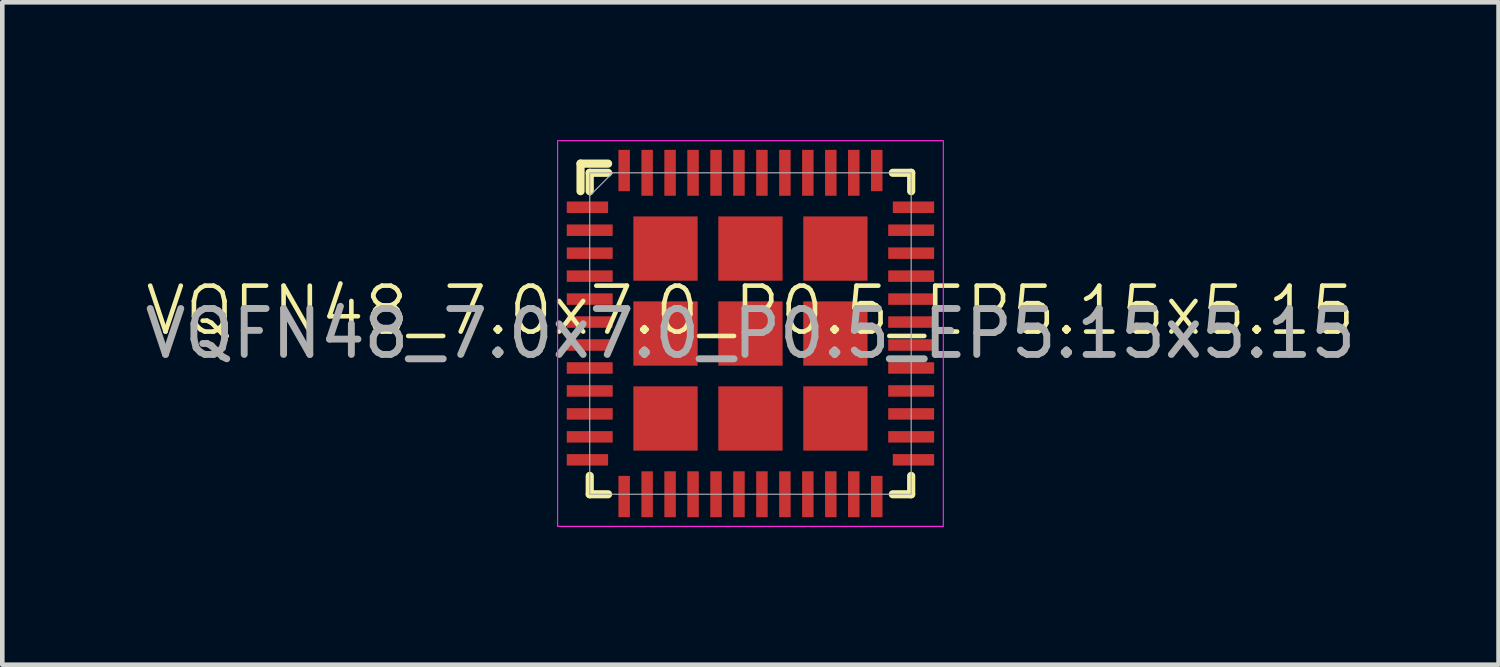
<source format=kicad_pcb>
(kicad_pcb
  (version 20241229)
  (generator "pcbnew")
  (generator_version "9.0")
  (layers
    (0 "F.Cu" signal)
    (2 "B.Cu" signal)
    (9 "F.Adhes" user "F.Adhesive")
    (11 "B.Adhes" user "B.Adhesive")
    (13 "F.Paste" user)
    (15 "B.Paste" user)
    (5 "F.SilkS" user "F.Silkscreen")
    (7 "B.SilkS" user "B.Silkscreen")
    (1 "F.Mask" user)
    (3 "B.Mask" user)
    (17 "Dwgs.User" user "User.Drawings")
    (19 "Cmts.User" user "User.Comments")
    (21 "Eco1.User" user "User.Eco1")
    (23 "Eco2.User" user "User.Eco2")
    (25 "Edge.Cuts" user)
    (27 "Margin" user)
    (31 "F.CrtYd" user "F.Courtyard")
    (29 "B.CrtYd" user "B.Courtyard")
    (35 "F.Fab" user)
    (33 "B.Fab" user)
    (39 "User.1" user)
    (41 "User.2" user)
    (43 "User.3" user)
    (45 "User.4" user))
  (footprint "VQFN48_7.0x7.0_P0.5_EP5.15x5.15"
    (layer "F.Cu")
    (at 13.292 4.213)
    (property "Reference" "VQFN48_7.0x7.0_P0.5_EP5.15x5.15" (at 0 -0.5 0) (unlocked yes) (layer "F.SilkS") (effects (font (size 1 1) (thickness 0.1))))
    (attr smd)
    (fp_line (start -3.7 -3.7) (end -3.1 -3.7) (stroke (width 0.178) (type default)) (layer "F.SilkS"))
    (fp_line (start -3.7 -3.1) (end -3.7 -3.7) (stroke (width 0.178) (type default)) (layer "F.SilkS"))
    (fp_line (start -3.5 -3.1) (end -3.5 -3.5) (stroke (width 0.178) (type default)) (layer "F.SilkS"))
    (fp_line (start -3.5 3.1) (end -3.5 3.5) (stroke (width 0.178) (type default)) (layer "F.SilkS"))
    (fp_line (start -3.1 -3.5) (end -3.5 -3.5) (stroke (width 0.178) (type default)) (layer "F.SilkS"))
    (fp_line (start -3.1 3.5) (end -3.5 3.5) (stroke (width 0.178) (type default)) (layer "F.SilkS"))
    (fp_line (start 3.1 -3.5) (end 3.5 -3.5) (stroke (width 0.178) (type default)) (layer "F.SilkS"))
    (fp_line (start 3.1 3.5) (end 3.5 3.5) (stroke (width 0.178) (type default)) (layer "F.SilkS"))
    (fp_line (start 3.5 -3.1) (end 3.5 -3.5) (stroke (width 0.178) (type default)) (layer "F.SilkS"))
    (fp_line (start 3.5 3.1) (end 3.5 3.5) (stroke (width 0.178) (type default)) (layer "F.SilkS"))
    (fp_rect (start -4.2 -4.2) (end 4.2 4.2) (stroke (width 0.025) (type default)) (fill no) (layer "F.CrtYd"))
    (fp_line (start -3.5 -3) (end -3 -3.5) (stroke (width 0.025) (type default)) (layer "F.Fab"))
    (fp_rect (start -3.5 -3.5) (end 3.5 3.5) (stroke (width 0.025) (type default)) (fill no) (layer "F.Fab"))
    (fp_text user "${REFERENCE}" (at 0 0 0) (unlocked yes) (layer "F.Fab") (effects (font (size 1 1) (thickness 0.15))))
    (pad "1" smd rect (at -3.55 -2.75) (size 0.9 0.25) (layers "F.Cu" "F.Mask" "F.Paste"))
    (pad "2" smd rect (at -3.5 -2.25) (size 1 0.25) (layers "F.Cu" "F.Mask" "F.Paste"))
    (pad "3" smd rect (at -3.5 -1.75) (size 1 0.25) (layers "F.Cu" "F.Mask" "F.Paste"))
    (pad "4" smd rect (at -3.5 -1.25) (size 1 0.25) (layers "F.Cu" "F.Mask" "F.Paste"))
    (pad "5" smd rect (at -3.5 -0.75) (size 1 0.25) (layers "F.Cu" "F.Mask" "F.Paste"))
    (pad "6" smd rect (at -3.5 -0.25) (size 1 0.25) (layers "F.Cu" "F.Mask" "F.Paste"))
    (pad "7" smd rect (at -3.5 0.25) (size 1 0.25) (layers "F.Cu" "F.Mask" "F.Paste"))
    (pad "8" smd rect (at -3.5 0.75) (size 1 0.25) (layers "F.Cu" "F.Mask" "F.Paste"))
    (pad "9" smd rect (at -3.5 1.25) (size 1 0.25) (layers "F.Cu" "F.Mask" "F.Paste"))
    (pad "10" smd rect (at -3.5 1.75) (size 1 0.25) (layers "F.Cu" "F.Mask" "F.Paste"))
    (pad "11" smd rect (at -3.5 2.25) (size 1 0.25) (layers "F.Cu" "F.Mask" "F.Paste"))
    (pad "12" smd rect (at -3.55 2.75) (size 0.9 0.25) (layers "F.Cu" "F.Mask" "F.Paste"))
    (pad "13" smd rect (at -2.75 3.55) (size 0.25 0.9) (layers "F.Cu" "F.Mask" "F.Paste"))
    (pad "14" smd rect (at -2.25 3.5) (size 0.25 1) (layers "F.Cu" "F.Mask" "F.Paste"))
    (pad "15" smd rect (at -1.75 3.5) (size 0.25 1) (layers "F.Cu" "F.Mask" "F.Paste"))
    (pad "16" smd rect (at -1.25 3.5) (size 0.25 1) (layers "F.Cu" "F.Mask" "F.Paste"))
    (pad "17" smd rect (at -0.75 3.5) (size 0.25 1) (layers "F.Cu" "F.Mask" "F.Paste"))
    (pad "18" smd rect (at -0.25 3.5) (size 0.25 1) (layers "F.Cu" "F.Mask" "F.Paste"))
    (pad "19" smd rect (at 0.25 3.5) (size 0.25 1) (layers "F.Cu" "F.Mask" "F.Paste"))
    (pad "20" smd rect (at 0.75 3.5) (size 0.25 1) (layers "F.Cu" "F.Mask" "F.Paste"))
    (pad "21" smd rect (at 1.25 3.5) (size 0.25 1) (layers "F.Cu" "F.Mask" "F.Paste"))
    (pad "22" smd rect (at 1.75 3.5) (size 0.25 1) (layers "F.Cu" "F.Mask" "F.Paste"))
    (pad "23" smd rect (at 2.25 3.5) (size 0.25 1) (layers "F.Cu" "F.Mask" "F.Paste"))
    (pad "24" smd rect (at 2.75 3.55) (size 0.25 0.9) (layers "F.Cu" "F.Mask" "F.Paste"))
    (pad "25" smd rect (at 3.55 2.75) (size 0.9 0.25) (layers "F.Cu" "F.Mask" "F.Paste"))
    (pad "26" smd rect (at 3.5 2.25) (size 1 0.25) (layers "F.Cu" "F.Mask" "F.Paste"))
    (pad "27" smd rect (at 3.5 1.75) (size 1 0.25) (layers "F.Cu" "F.Mask" "F.Paste"))
    (pad "28" smd rect (at 3.5 1.25) (size 1 0.25) (layers "F.Cu" "F.Mask" "F.Paste"))
    (pad "29" smd rect (at 3.5 0.75) (size 1 0.25) (layers "F.Cu" "F.Mask" "F.Paste"))
    (pad "30" smd rect (at 3.5 0.25) (size 1 0.25) (layers "F.Cu" "F.Mask" "F.Paste"))
    (pad "31" smd rect (at 3.5 -0.25) (size 1 0.25) (layers "F.Cu" "F.Mask" "F.Paste"))
    (pad "32" smd rect (at 3.5 -0.75) (size 1 0.25) (layers "F.Cu" "F.Mask" "F.Paste"))
    (pad "33" smd rect (at 3.5 -1.25) (size 1 0.25) (layers "F.Cu" "F.Mask" "F.Paste"))
    (pad "34" smd rect (at 3.5 -1.75) (size 1 0.25) (layers "F.Cu" "F.Mask" "F.Paste"))
    (pad "35" smd rect (at 3.5 -2.25) (size 1 0.25) (layers "F.Cu" "F.Mask" "F.Paste"))
    (pad "36" smd rect (at 3.55 -2.75) (size 0.9 0.25) (layers "F.Cu" "F.Mask" "F.Paste"))
    (pad "37" smd rect (at 2.75 -3.55) (size 0.25 0.9) (layers "F.Cu" "F.Mask" "F.Paste"))
    (pad "38" smd rect (at 2.25 -3.5) (size 0.25 1) (layers "F.Cu" "F.Mask" "F.Paste"))
    (pad "39" smd rect (at 1.75 -3.5) (size 0.25 1) (layers "F.Cu" "F.Mask" "F.Paste"))
    (pad "40" smd rect (at 1.25 -3.5) (size 0.25 1) (layers "F.Cu" "F.Mask" "F.Paste"))
    (pad "41" smd rect (at 0.75 -3.5) (size 0.25 1) (layers "F.Cu" "F.Mask" "F.Paste"))
    (pad "42" smd rect (at 0.25 -3.5) (size 0.25 1) (layers "F.Cu" "F.Mask" "F.Paste"))
    (pad "43" smd rect (at -0.25 -3.5) (size 0.25 1) (layers "F.Cu" "F.Mask" "F.Paste"))
    (pad "44" smd rect (at -0.75 -3.5) (size 0.25 1) (layers "F.Cu" "F.Mask" "F.Paste"))
    (pad "45" smd rect (at -1.25 -3.5) (size 0.25 1) (layers "F.Cu" "F.Mask" "F.Paste"))
    (pad "46" smd rect (at -1.75 -3.5) (size 0.25 1) (layers "F.Cu" "F.Mask" "F.Paste"))
    (pad "47" smd rect (at -2.25 -3.5) (size 0.25 1) (layers "F.Cu" "F.Mask" "F.Paste"))
    (pad "48" smd rect (at -2.75 -3.55) (size 0.25 0.9) (layers "F.Cu" "F.Mask" "F.Paste"))
    (pad "49" smd rect (at -1.85 -1.85) (size 1.4 1.4) (layers "F.Cu" "F.Mask" "F.Paste"))
    (pad "49" smd rect (at -1.85 0) (size 1.4 1.4) (layers "F.Cu" "F.Mask" "F.Paste"))
    (pad "49" smd rect (at -1.85 1.85) (size 1.4 1.4) (layers "F.Cu" "F.Mask" "F.Paste"))
    (pad "49" smd rect (at 0 -1.85) (size 1.4 1.4) (layers "F.Cu" "F.Mask" "F.Paste"))
    (pad "49" smd rect (at 0 0) (size 1.4 1.4) (layers "F.Cu" "F.Mask" "F.Paste"))
    (pad "49" smd rect (at 0 1.85) (size 1.4 1.4) (layers "F.Cu" "F.Mask" "F.Paste"))
    (pad "49" smd rect (at 1.85 -1.85) (size 1.4 1.4) (layers "F.Cu" "F.Mask" "F.Paste"))
    (pad "49" smd rect (at 1.85 0) (size 1.4 1.4) (layers "F.Cu" "F.Mask" "F.Paste"))
    (pad "49" smd rect (at 1.85 1.85) (size 1.4 1.4) (layers "F.Cu" "F.Mask" "F.Paste")))
  (gr_rect
    (start -3 -3)
    (end 29.583 11.425)
    (stroke (width 0.1) (type default))
    (fill no)
    (layer "Edge.Cuts")))
</source>
